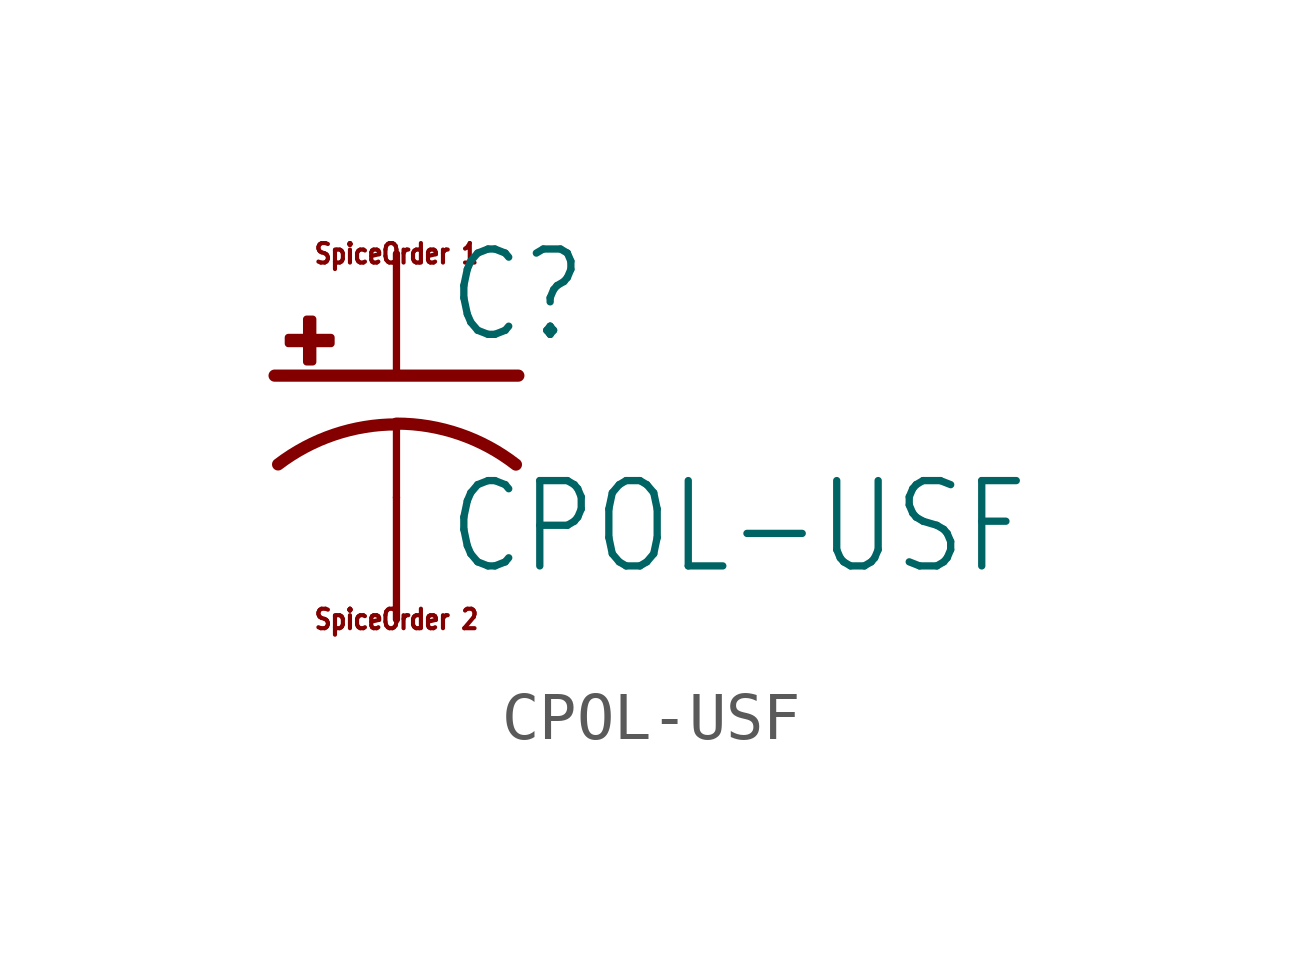
<source format=kicad_sym>
(kicad_symbol_lib
  (version 20211014)
  (generator kicad_symbol_editor)
  (symbol "CPOL-USF"
    (property "Reference" "C"
      (at 1.016 0.635 0)
      (effects (font (size 1.778 1.511)) (justify left bottom)))
    (property "Value" "CPOL-USF"
      (at 1.016 -4.191 0)
      (effects (font (size 1.778 1.511)) (justify left bottom)))
    (property "ki_locked" ""
      (at 0 0 0)
      (effects (font (size 1.27 1.27))))
    (symbol "CPOL-USF_1_0"
      (rectangle (start -2.253 0.668) (end -1.364 0.795) (stroke (width 0) (type default) (color 0 0 0 0)) (fill (type outline)))
      (rectangle (start -1.872 0.287) (end -1.745 1.176) (stroke (width 0) (type default) (color 0 0 0 0)) (fill (type outline)))
      (arc (start 0 -1.0161) (mid -1.3021 -1.2302) (end -2.4669 -1.8504) (stroke (width 0.254) (type default) (color 0 0 0 0)) (fill (type none)))
      (polyline (pts (xy -2.54 0) (xy 2.54 0)) (stroke (width 0.254) (type default) (color 0 0 0 0)) (fill (type none)))
      (polyline (pts (xy 0 -1.016) (xy 0 -2.54)) (stroke (width 0.152) (type default) (color 0 0 0 0)) (fill (type none)))
      (arc (start 2.4892 -1.8542) (mid 1.3158 -1.2195) (end 0 -1) (stroke (width 0.254) (type default) (color 0 0 0 0)) (fill (type none)))
      (text "SpiceOrder 1" (at 0 2.54 0) (effects (font (size 0.406 0.345))))
      (text "SpiceOrder 2" (at 0 -5.08 0) (effects (font (size 0.406 0.345))))
      (pin passive line (at 0 2.54 270) (length 2.54) (name "+" (effects (font (size 0 0)))) (number "+" (effects (font (size 0 0)))))
      (pin passive line (at 0 -5.08 90) (length 2.54) (name "-" (effects (font (size 0 0)))) (number "-" (effects (font (size 0 0))))))))
</source>
